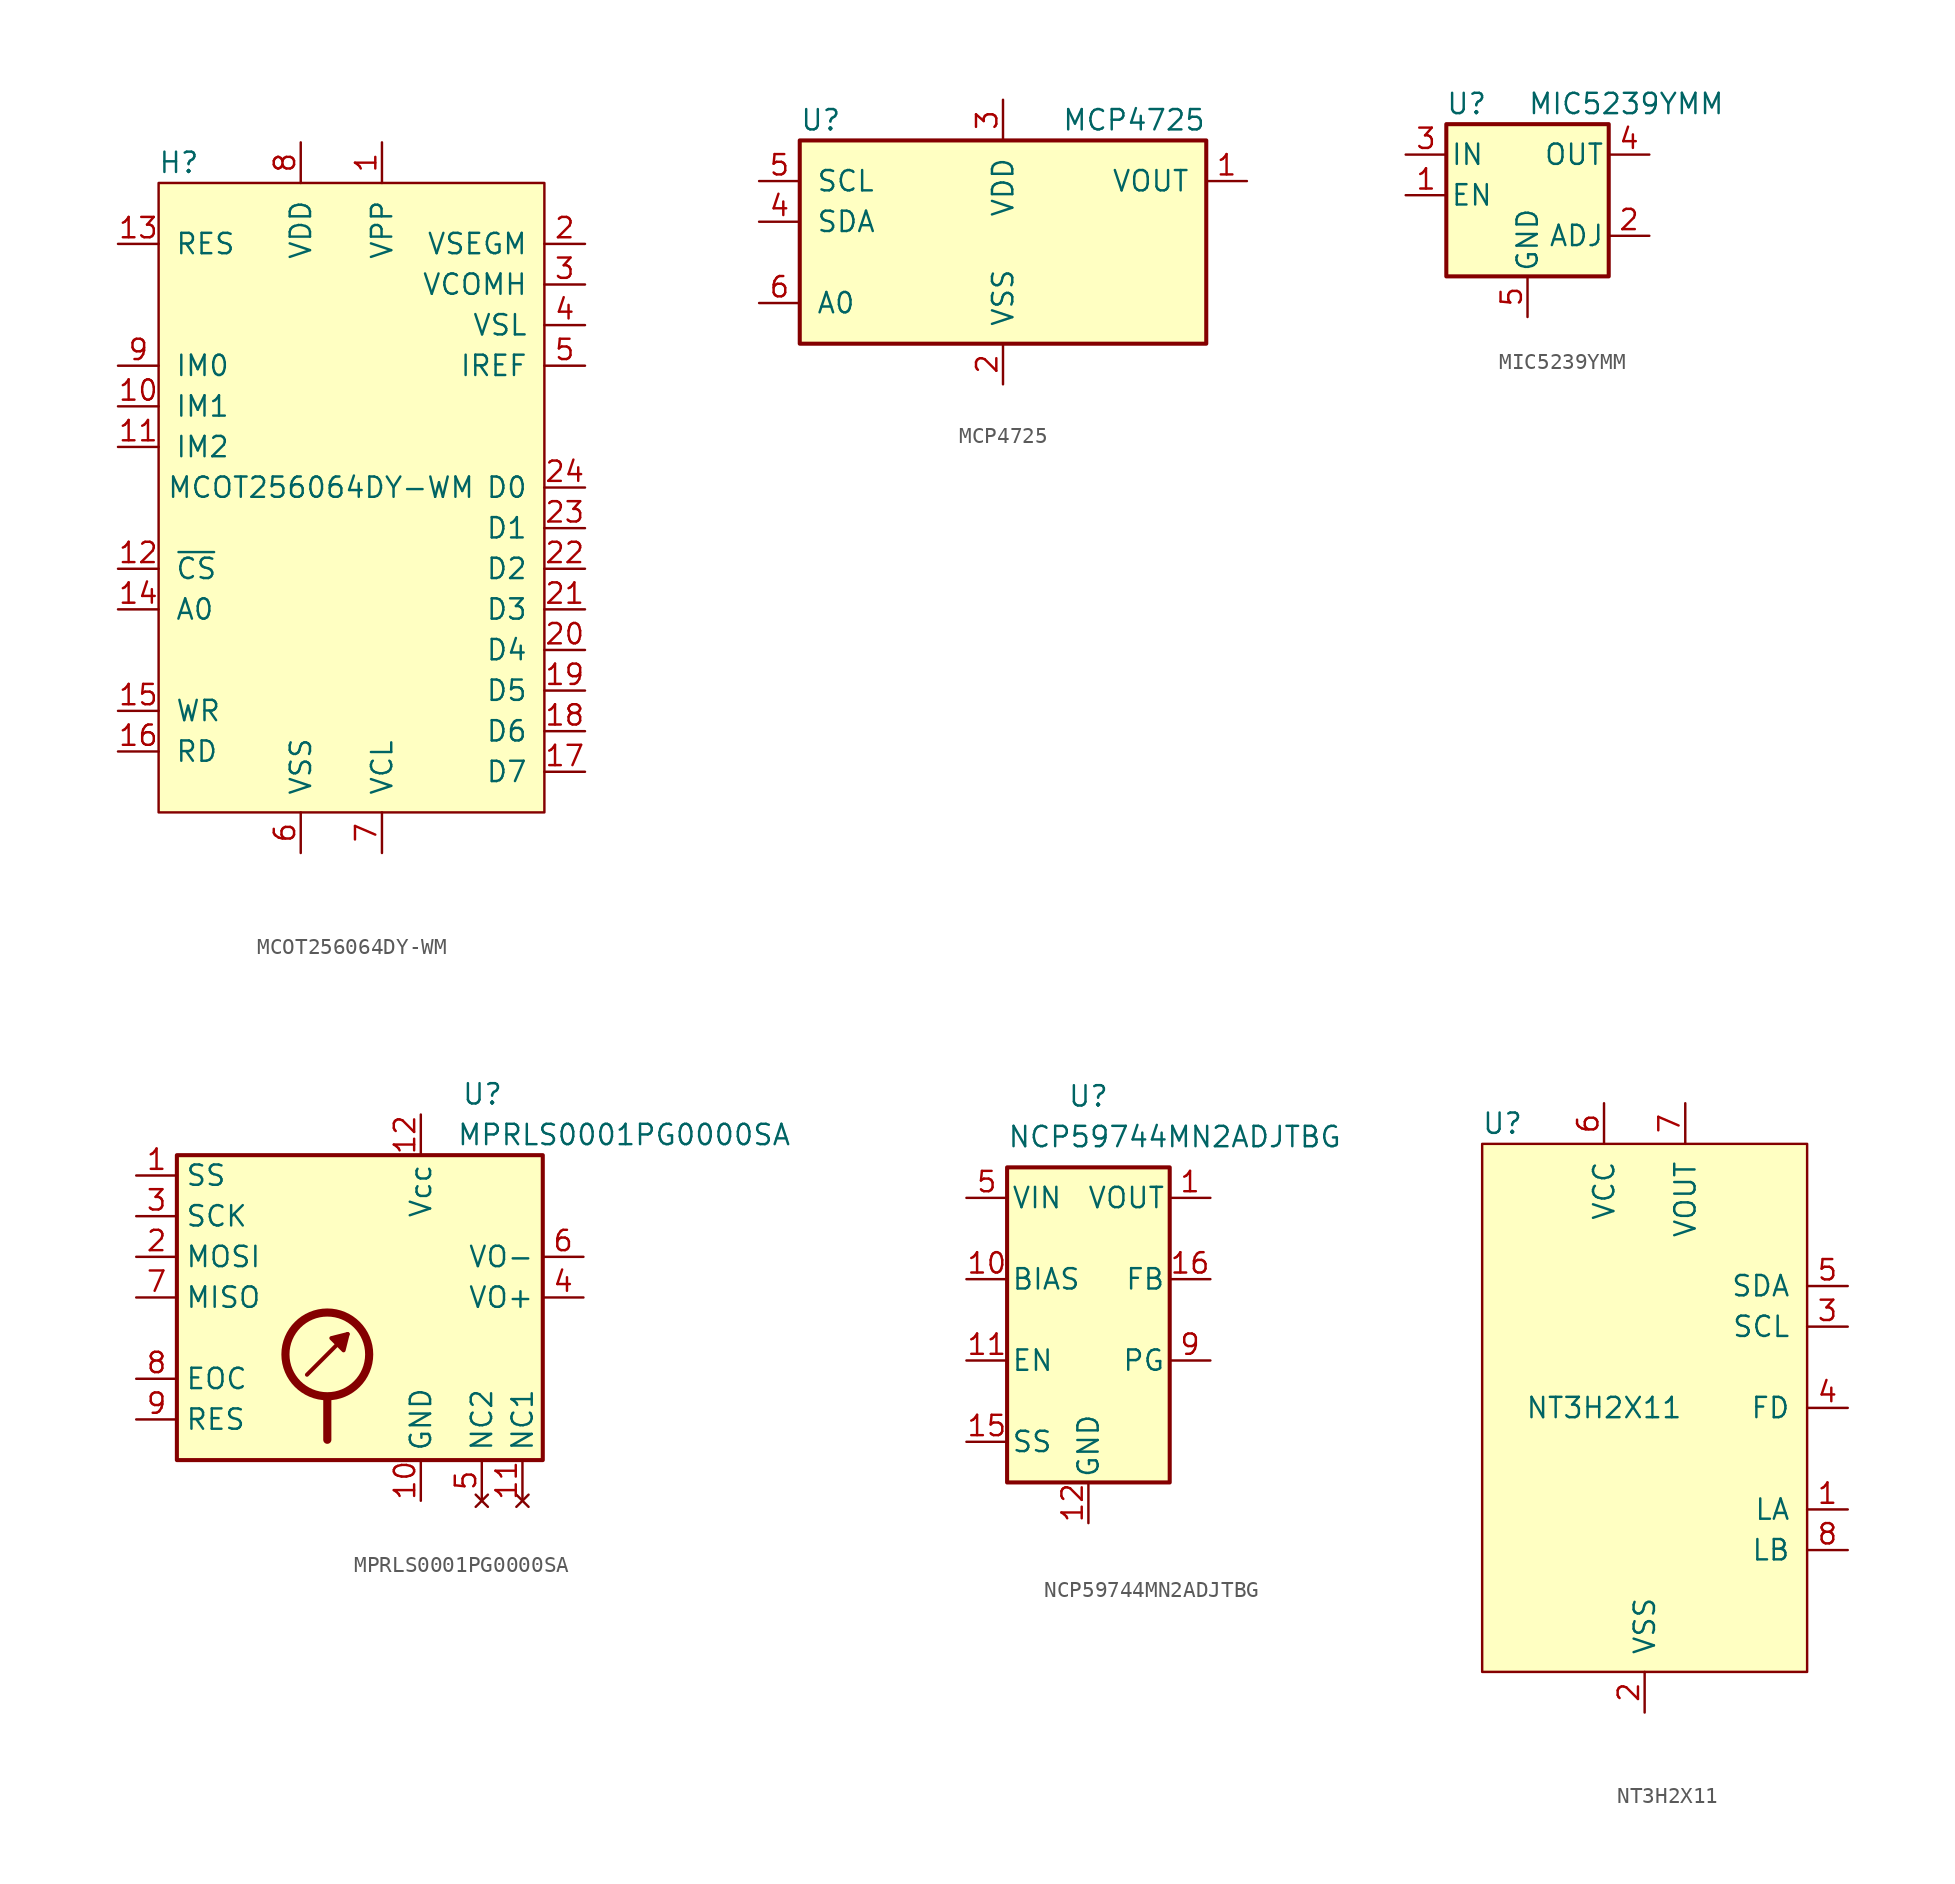
<source format=kicad_sym>
(kicad_symbol_lib
  (version 20220914)
  (generator kicad_symbol_editor)
  (symbol "MCOT256064DY-WM"
    (pin_names
      (offset 1.016))
    (property "Reference" "H"
      (at -11.43 21.59 0)
      (effects (font (size 1.27 1.27))))
    (property "Value" "MCOT256064DY-WM"
      (at -2.54 1.27 0)
      (effects (font (size 1.27 1.27))))
    (symbol "MCOT256064DY-WM_0_1"
      (rectangle (start 11.43 20.32) (end -12.7 -19.05) (stroke (width 0) (type default)) (fill (type background))))
    (symbol "MCOT256064DY-WM_1_1"
      (pin power_in line (at 1.27 22.86 270) (length 2.54) (name "VPP" (effects (font (size 1.27 1.27)))) (number "1" (effects (font (size 1.27 1.27)))))
      (pin input line (at -15.24 6.35 0) (length 2.54) (name "IM1" (effects (font (size 1.27 1.27)))) (number "10" (effects (font (size 1.27 1.27)))))
      (pin input line (at -15.24 3.81 0) (length 2.54) (name "IM2" (effects (font (size 1.27 1.27)))) (number "11" (effects (font (size 1.27 1.27)))))
      (pin input line (at -15.24 -3.81 0) (length 2.54) (name "~{CS}" (effects (font (size 1.27 1.27)))) (number "12" (effects (font (size 1.27 1.27)))))
      (pin input line (at -15.24 16.51 0) (length 2.54) (name "RES" (effects (font (size 1.27 1.27)))) (number "13" (effects (font (size 1.27 1.27)))))
      (pin input line (at -15.24 -6.35 0) (length 2.54) (name "A0" (effects (font (size 1.27 1.27)))) (number "14" (effects (font (size 1.27 1.27)))))
      (pin input line (at -15.24 -12.7 0) (length 2.54) (name "WR" (effects (font (size 1.27 1.27)))) (number "15" (effects (font (size 1.27 1.27)))))
      (pin input line (at -15.24 -15.24 0) (length 2.54) (name "RD" (effects (font (size 1.27 1.27)))) (number "16" (effects (font (size 1.27 1.27)))))
      (pin bidirectional line (at 13.97 -16.51 180) (length 2.54) (name "D7" (effects (font (size 1.27 1.27)))) (number "17" (effects (font (size 1.27 1.27)))))
      (pin bidirectional line (at 13.97 -13.97 180) (length 2.54) (name "D6" (effects (font (size 1.27 1.27)))) (number "18" (effects (font (size 1.27 1.27)))))
      (pin bidirectional line (at 13.97 -11.43 180) (length 2.54) (name "D5" (effects (font (size 1.27 1.27)))) (number "19" (effects (font (size 1.27 1.27)))))
      (pin power_out line (at 13.97 16.51 180) (length 2.54) (name "VSEGM" (effects (font (size 1.27 1.27)))) (number "2" (effects (font (size 1.27 1.27)))))
      (pin bidirectional line (at 13.97 -8.89 180) (length 2.54) (name "D4" (effects (font (size 1.27 1.27)))) (number "20" (effects (font (size 1.27 1.27)))))
      (pin bidirectional line (at 13.97 -6.35 180) (length 2.54) (name "D3" (effects (font (size 1.27 1.27)))) (number "21" (effects (font (size 1.27 1.27)))))
      (pin bidirectional line (at 13.97 -3.81 180) (length 2.54) (name "D2" (effects (font (size 1.27 1.27)))) (number "22" (effects (font (size 1.27 1.27)))))
      (pin bidirectional line (at 13.97 -1.27 180) (length 2.54) (name "D1" (effects (font (size 1.27 1.27)))) (number "23" (effects (font (size 1.27 1.27)))))
      (pin bidirectional line (at 13.97 1.27 180) (length 2.54) (name "D0" (effects (font (size 1.27 1.27)))) (number "24" (effects (font (size 1.27 1.27)))))
      (pin power_out line (at 13.97 13.97 180) (length 2.54) (name "VCOMH" (effects (font (size 1.27 1.27)))) (number "3" (effects (font (size 1.27 1.27)))))
      (pin power_out line (at 13.97 11.43 180) (length 2.54) (name "VSL" (effects (font (size 1.27 1.27)))) (number "4" (effects (font (size 1.27 1.27)))))
      (pin power_out line (at 13.97 8.89 180) (length 2.54) (name "IREF" (effects (font (size 1.27 1.27)))) (number "5" (effects (font (size 1.27 1.27)))))
      (pin power_in line (at -3.81 -21.59 90) (length 2.54) (name "VSS" (effects (font (size 1.27 1.27)))) (number "6" (effects (font (size 1.27 1.27)))))
      (pin power_in line (at 1.27 -21.59 90) (length 2.54) (name "VCL" (effects (font (size 1.27 1.27)))) (number "7" (effects (font (size 1.27 1.27)))))
      (pin power_in line (at -3.81 22.86 270) (length 2.54) (name "VDD" (effects (font (size 1.27 1.27)))) (number "8" (effects (font (size 1.27 1.27)))))
      (pin input line (at -15.24 8.89 0) (length 2.54) (name "IM0" (effects (font (size 1.27 1.27)))) (number "9" (effects (font (size 1.27 1.27)))))))
  (symbol "MCP4725"
    (pin_names
      (offset 1.016))
    (property "Reference" "U"
      (at -12.7 6.35 0)
      (effects (font (size 1.27 1.27)) (justify left)))
    (property "Value" "MCP4725"
      (at 12.7 6.35 0)
      (effects (font (size 1.27 1.27)) (justify right)))
    (symbol "MCP4725_0_1"
      (rectangle (start -12.7 5.08) (end 12.7 -7.62) (stroke (width 0.254) (type default)) (fill (type background))))
    (symbol "MCP4725_1_1"
      (pin output line (at 15.24 2.54 180) (length 2.54) (name "VOUT" (effects (font (size 1.27 1.27)))) (number "1" (effects (font (size 1.27 1.27)))))
      (pin power_in line (at 0 -10.16 90) (length 2.54) (name "VSS" (effects (font (size 1.27 1.27)))) (number "2" (effects (font (size 1.27 1.27)))))
      (pin power_in line (at 0 7.62 270) (length 2.54) (name "VDD" (effects (font (size 1.27 1.27)))) (number "3" (effects (font (size 1.27 1.27)))))
      (pin bidirectional line (at -15.24 0 0) (length 2.54) (name "SDA" (effects (font (size 1.27 1.27)))) (number "4" (effects (font (size 1.27 1.27)))))
      (pin input line (at -15.24 2.54 0) (length 2.54) (name "SCL" (effects (font (size 1.27 1.27)))) (number "5" (effects (font (size 1.27 1.27)))))
      (pin input line (at -15.24 -5.08 0) (length 2.54) (name "A0" (effects (font (size 1.27 1.27)))) (number "6" (effects (font (size 1.27 1.27)))))))
  (symbol "MIC5239YMM"
    (pin_names
      (offset 0.254))
    (property "Reference" "U"
      (at -3.81 5.715 0)
      (effects (font (size 1.27 1.27))))
    (property "Value" "MIC5239YMM"
      (at 0 5.715 0)
      (effects (font (size 1.27 1.27)) (justify left)))
    (symbol "MIC5239YMM_0_1"
      (rectangle (start -5.08 4.445) (end 5.08 -5.08) (stroke (width 0.254) (type default)) (fill (type background))))
    (symbol "MIC5239YMM_1_1"
      (pin input line (at -7.62 0 0) (length 2.54) (name "EN" (effects (font (size 1.27 1.27)))) (number "1" (effects (font (size 1.27 1.27)))))
      (pin input line (at 7.62 -2.54 180) (length 2.54) (name "ADJ" (effects (font (size 1.27 1.27)))) (number "2" (effects (font (size 1.27 1.27)))))
      (pin power_in line (at -7.62 2.54 0) (length 2.54) (name "IN" (effects (font (size 1.27 1.27)))) (number "3" (effects (font (size 1.27 1.27)))))
      (pin power_out line (at 7.62 2.54 180) (length 2.54) (name "OUT" (effects (font (size 1.27 1.27)))) (number "4" (effects (font (size 1.27 1.27)))))
      (pin power_in line (at 0 -7.62 90) (length 2.54) (name "GND" (effects (font (size 1.27 1.27)))) (number "5" (effects (font (size 1.27 1.27)))))
      (pin passive line (at 0 -7.62 90) (length 2.54) hide (name "GND" (effects (font (size 1.27 1.27)))) (number "6" (effects (font (size 1.27 1.27)))))
      (pin passive line (at 0 -7.62 90) (length 2.54) hide (name "GND" (effects (font (size 1.27 1.27)))) (number "7" (effects (font (size 1.27 1.27)))))
      (pin passive line (at 0 -7.62 90) (length 2.54) hide (name "GND" (effects (font (size 1.27 1.27)))) (number "8" (effects (font (size 1.27 1.27)))))))
  (symbol "MPRLS0001PG0000SA"
    (property "Reference" "U"
      (at 2.54 17.78 0)
      (effects (font (size 1.27 1.27)) (justify left)))
    (property "Value" "MPRLS0001PG0000SA"
      (at 12.7 15.24 0)
      (effects (font (size 1.27 1.27))))
    (symbol "MPRLS0001PG0000SA_0_1"
      (circle (center -5.842 1.524) (radius 2.616) (stroke (width 0.508) (type default)) (fill (type none)))
      (polyline (pts (xy -7.112 0.254) (xy -4.572 2.794)) (stroke (width 0.254) (type default)) (fill (type none)))
      (polyline (pts (xy -5.842 -1.27) (xy -5.842 -3.81)) (stroke (width 0.508) (type default)) (fill (type none)))
      (polyline (pts (xy -4.572 2.794) (xy -4.826 1.778) (xy -5.588 2.54) (xy -4.572 2.794)) (stroke (width 0.254) (type default)) (fill (type outline)))
      (rectangle (start 7.62 13.97) (end -15.24 -5.08) (stroke (width 0.254) (type default)) (fill (type background))))
    (symbol "MPRLS0001PG0000SA_1_1"
      (pin input line (at -17.78 12.7 0) (length 2.54) (name "SS" (effects (font (size 1.27 1.27)))) (number "1" (effects (font (size 1.27 1.27)))))
      (pin power_in line (at 0 -7.62 90) (length 2.54) (name "GND" (effects (font (size 1.27 1.27)))) (number "10" (effects (font (size 1.27 1.27)))))
      (pin no_connect line (at 6.35 -7.62 90) (length 2.54) (name "NC1" (effects (font (size 1.27 1.27)))) (number "11" (effects (font (size 1.27 1.27)))))
      (pin power_in line (at 0 16.51 270) (length 2.54) (name "Vcc" (effects (font (size 1.27 1.27)))) (number "12" (effects (font (size 1.27 1.27)))))
      (pin input line (at -17.78 7.62 0) (length 2.54) (name "MOSI" (effects (font (size 1.27 1.27)))) (number "2" (effects (font (size 1.27 1.27)))))
      (pin input line (at -17.78 10.16 0) (length 2.54) (name "SCK" (effects (font (size 1.27 1.27)))) (number "3" (effects (font (size 1.27 1.27)))))
      (pin passive line (at 10.16 5.08 180) (length 2.54) (name "VO+" (effects (font (size 1.27 1.27)))) (number "4" (effects (font (size 1.27 1.27)))))
      (pin no_connect line (at 3.81 -7.62 90) (length 2.54) (name "NC2" (effects (font (size 1.27 1.27)))) (number "5" (effects (font (size 1.27 1.27)))))
      (pin passive line (at 10.16 7.62 180) (length 2.54) (name "VO-" (effects (font (size 1.27 1.27)))) (number "6" (effects (font (size 1.27 1.27)))))
      (pin output line (at -17.78 5.08 0) (length 2.54) (name "MISO" (effects (font (size 1.27 1.27)))) (number "7" (effects (font (size 1.27 1.27)))))
      (pin output line (at -17.78 0 0) (length 2.54) (name "EOC" (effects (font (size 1.27 1.27)))) (number "8" (effects (font (size 1.27 1.27)))))
      (pin input line (at -17.78 -2.54 0) (length 2.54) (name "RES" (effects (font (size 1.27 1.27)))) (number "9" (effects (font (size 1.27 1.27)))))))
  (symbol "NCP59744MN2ADJTBG"
    (pin_names
      (offset 0.254))
    (property "Reference" "U"
      (at 0 6.35 0)
      (effects (font (size 1.27 1.27))))
    (property "Value" "NCP59744MN2ADJTBG"
      (at -5.08 3.81 0)
      (effects (font (size 1.27 1.27)) (justify left)))
    (symbol "NCP59744MN2ADJTBG_0_1"
      (rectangle (start -5.08 1.905) (end 5.08 -17.78) (stroke (width 0.254) (type default)) (fill (type background))))
    (symbol "NCP59744MN2ADJTBG_1_1"
      (pin power_out line (at 7.62 0 180) (length 2.54) (name "VOUT" (effects (font (size 1.27 1.27)))) (number "1" (effects (font (size 1.27 1.27)))))
      (pin power_in line (at -7.62 -5.08 0) (length 2.54) (name "BIAS" (effects (font (size 1.27 1.27)))) (number "10" (effects (font (size 1.27 1.27)))))
      (pin input line (at -7.62 -10.16 0) (length 2.54) (name "EN" (effects (font (size 1.27 1.27)))) (number "11" (effects (font (size 1.27 1.27)))))
      (pin power_in line (at 0 -20.32 90) (length 2.54) (name "GND" (effects (font (size 1.27 1.27)))) (number "12" (effects (font (size 1.27 1.27)))))
      (pin no_connect line (at 1.27 -8.89 270) (length 2.54) hide (name "NC" (effects (font (size 1.27 1.27)))) (number "13" (effects (font (size 1.27 1.27)))))
      (pin no_connect line (at 2.54 -8.89 270) (length 2.54) hide (name "NC" (effects (font (size 1.27 1.27)))) (number "14" (effects (font (size 1.27 1.27)))))
      (pin input line (at -7.62 -15.24 0) (length 2.54) (name "SS" (effects (font (size 1.27 1.27)))) (number "15" (effects (font (size 1.27 1.27)))))
      (pin passive line (at 7.62 -5.08 180) (length 2.54) (name "FB" (effects (font (size 1.27 1.27)))) (number "16" (effects (font (size 1.27 1.27)))))
      (pin no_connect line (at 3.81 -8.89 270) (length 2.54) hide (name "NC" (effects (font (size 1.27 1.27)))) (number "17" (effects (font (size 1.27 1.27)))))
      (pin passive line (at 7.62 0 180) (length 2.54) hide (name "VOUT" (effects (font (size 1.27 1.27)))) (number "18" (effects (font (size 1.27 1.27)))))
      (pin passive line (at 7.62 0 180) (length 2.54) hide (name "VOUT" (effects (font (size 1.27 1.27)))) (number "19" (effects (font (size 1.27 1.27)))))
      (pin no_connect line (at -2.54 -8.89 270) (length 2.54) hide (name "NC" (effects (font (size 1.27 1.27)))) (number "2" (effects (font (size 1.27 1.27)))))
      (pin passive line (at 7.62 0 180) (length 2.54) hide (name "VOUT" (effects (font (size 1.27 1.27)))) (number "20" (effects (font (size 1.27 1.27)))))
      (pin power_in line (at 0 -20.32 90) (length 2.54) hide (name "GND" (effects (font (size 1.27 1.27)))) (number "21" (effects (font (size 1.27 1.27)))))
      (pin no_connect line (at -1.27 -8.89 270) (length 2.54) hide (name "NC" (effects (font (size 1.27 1.27)))) (number "3" (effects (font (size 1.27 1.27)))))
      (pin no_connect line (at 0 -8.89 270) (length 2.54) hide (name "NC" (effects (font (size 1.27 1.27)))) (number "4" (effects (font (size 1.27 1.27)))))
      (pin power_in line (at -7.62 0 0) (length 2.54) (name "VIN" (effects (font (size 1.27 1.27)))) (number "5" (effects (font (size 1.27 1.27)))))
      (pin power_in line (at -7.62 0 0) (length 2.54) hide (name "VIN" (effects (font (size 1.27 1.27)))) (number "6" (effects (font (size 1.27 1.27)))))
      (pin power_in line (at -7.62 0 0) (length 2.54) hide (name "VIN" (effects (font (size 1.27 1.27)))) (number "7" (effects (font (size 1.27 1.27)))))
      (pin power_in line (at -7.62 0 0) (length 2.54) hide (name "VIN" (effects (font (size 1.27 1.27)))) (number "8" (effects (font (size 1.27 1.27)))))
      (pin open_collector line (at 7.62 -10.16 180) (length 2.54) (name "PG" (effects (font (size 1.27 1.27)))) (number "9" (effects (font (size 1.27 1.27)))))))
  (symbol "NT3H2X11"
    (pin_names
      (offset 1.016))
    (property "Reference" "U"
      (at -8.89 17.78 0)
      (effects (font (size 1.27 1.27))))
    (property "Value" "NT3H2X11"
      (at -2.54 0 0)
      (effects (font (size 1.27 1.27))))
    (symbol "NT3H2X11_0_1"
      (rectangle (start -10.16 16.51) (end 10.16 -16.51) (stroke (width 0) (type default)) (fill (type background))))
    (symbol "NT3H2X11_1_1"
      (pin bidirectional line (at 12.7 -6.35 180) (length 2.54) (name "LA" (effects (font (size 1.27 1.27)))) (number "1" (effects (font (size 1.27 1.27)))))
      (pin power_out line (at 0 -19.05 90) (length 2.54) (name "VSS" (effects (font (size 1.27 1.27)))) (number "2" (effects (font (size 1.27 1.27)))))
      (pin input line (at 12.7 5.08 180) (length 2.54) (name "SCL" (effects (font (size 1.27 1.27)))) (number "3" (effects (font (size 1.27 1.27)))))
      (pin output line (at 12.7 0 180) (length 2.54) (name "FD" (effects (font (size 1.27 1.27)))) (number "4" (effects (font (size 1.27 1.27)))))
      (pin bidirectional line (at 12.7 7.62 180) (length 2.54) (name "SDA" (effects (font (size 1.27 1.27)))) (number "5" (effects (font (size 1.27 1.27)))))
      (pin power_in line (at -2.54 19.05 270) (length 2.54) (name "VCC" (effects (font (size 1.27 1.27)))) (number "6" (effects (font (size 1.27 1.27)))))
      (pin power_out line (at 2.54 19.05 270) (length 2.54) (name "VOUT" (effects (font (size 1.27 1.27)))) (number "7" (effects (font (size 1.27 1.27)))))
      (pin bidirectional line (at 12.7 -8.89 180) (length 2.54) (name "LB" (effects (font (size 1.27 1.27)))) (number "8" (effects (font (size 1.27 1.27))))))))
</source>
